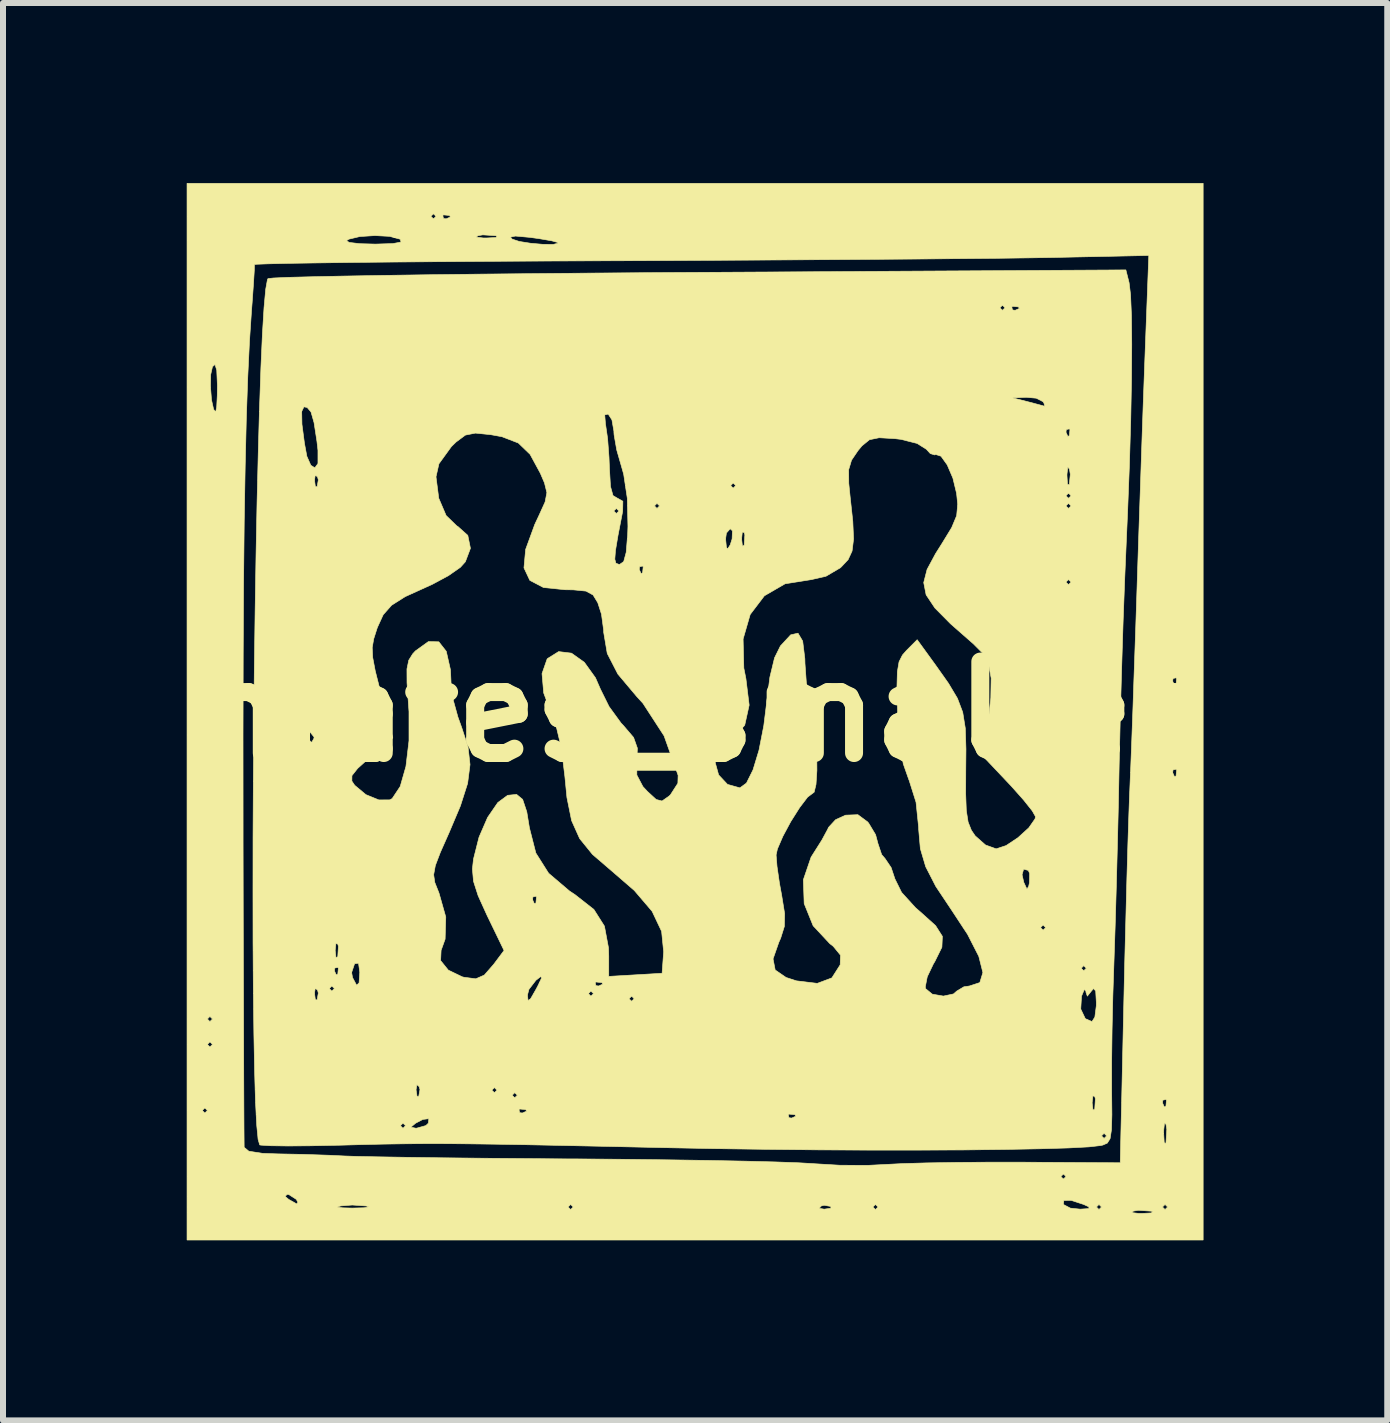
<source format=kicad_pcb>
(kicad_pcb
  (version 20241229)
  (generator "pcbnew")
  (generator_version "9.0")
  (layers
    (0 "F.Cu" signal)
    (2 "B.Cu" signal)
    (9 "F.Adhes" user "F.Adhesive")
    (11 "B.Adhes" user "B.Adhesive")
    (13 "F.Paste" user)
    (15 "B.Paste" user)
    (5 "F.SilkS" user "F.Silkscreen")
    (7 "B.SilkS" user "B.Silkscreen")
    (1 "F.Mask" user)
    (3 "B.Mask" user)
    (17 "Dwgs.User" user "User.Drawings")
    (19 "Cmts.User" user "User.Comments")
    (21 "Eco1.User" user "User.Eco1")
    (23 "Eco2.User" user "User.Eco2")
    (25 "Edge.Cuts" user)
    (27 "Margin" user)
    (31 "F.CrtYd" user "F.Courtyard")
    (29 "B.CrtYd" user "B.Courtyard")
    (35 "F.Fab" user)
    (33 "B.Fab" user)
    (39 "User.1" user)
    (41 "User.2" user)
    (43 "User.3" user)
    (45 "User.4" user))
  (footprint "mates_smaller"
    (layer "F.Cu")
    (at 8.534 8.81)
    (property "Reference" "mates_smaller" (at 0 0 0) (layer "F.SilkS") (effects (font (size 1.524 1.524) (thickness 0.3))))
    (attr through_hole)
    (fp_poly (pts (xy 8.467 8.805) (xy -8.467 8.805) (xy -8.467 8.348) (xy 7.276 8.348) (xy 7.393 8.362) (xy 7.451 8.362) (xy 7.605 8.354) (xy 7.623 8.332) (xy 7.599 8.324) (xy 7.384 8.31) (xy 7.303 8.324) (xy 7.276 8.348) (xy -8.467 8.348) (xy -8.467 8.256) (xy -5.963 8.256) (xy -5.872 8.269) (xy -5.715 8.273) (xy -5.514 8.268) (xy -5.452 8.255) (xy -2.117 8.255) (xy -2.074 8.297) (xy -2.054 8.277) (xy 2.069 8.277) (xy 2.152 8.291) (xy 2.262 8.275) (xy 2.263 8.255) (xy 2.963 8.255) (xy 3.006 8.297) (xy 3.048 8.255) (xy 3.006 8.213) (xy 6.138 8.213) (xy 6.254 8.274) (xy 6.418 8.291) (xy 6.567 8.281) (xy 6.56 8.255) (xy 6.689 8.255) (xy 6.731 8.297) (xy 6.773 8.255) (xy 7.789 8.255) (xy 7.832 8.297) (xy 7.874 8.255) (xy 7.832 8.213) (xy 7.789 8.255) (xy 6.773 8.255) (xy 6.731 8.213) (xy 6.689 8.255) (xy 6.56 8.255) (xy 6.559 8.251) (xy 6.477 8.213) (xy 6.269 8.145) (xy 6.145 8.146) (xy 6.138 8.213) (xy 3.006 8.213) (xy 2.963 8.255) (xy 2.263 8.255) (xy 2.263 8.246) (xy 2.15 8.226) (xy 2.101 8.239) (xy 2.069 8.277) (xy -2.054 8.277) (xy -2.032 8.255) (xy -2.074 8.213) (xy -2.117 8.255) (xy -5.452 8.255) (xy -5.441 8.253) (xy -5.481 8.238) (xy -5.713 8.222) (xy -5.904 8.237) (xy -5.963 8.256) (xy -8.467 8.256) (xy -8.467 8.078) (xy -6.833 8.078) (xy -6.773 8.128) (xy -6.638 8.204) (xy -6.62 8.175) (xy -6.646 8.128) (xy -6.77 8.048) (xy -6.799 8.045) (xy -6.833 8.078) (xy -8.467 8.078) (xy -8.467 7.747) (xy 6.096 7.747) (xy 6.138 7.789) (xy 6.181 7.747) (xy 6.138 7.705) (xy 6.096 7.747) (xy -8.467 7.747) (xy -8.467 6.646) (xy -8.213 6.646) (xy -8.17 6.689) (xy -8.128 6.646) (xy -8.17 6.604) (xy -8.213 6.646) (xy -8.467 6.646) (xy -8.467 5.546) (xy -8.128 5.546) (xy -8.086 5.588) (xy -8.043 5.546) (xy -8.086 5.503) (xy -8.128 5.546) (xy -8.467 5.546) (xy -8.467 5.122) (xy -8.128 5.122) (xy -8.086 5.165) (xy -8.043 5.122) (xy -8.086 5.08) (xy -8.128 5.122) (xy -8.467 5.122) (xy -8.467 0.389) (xy -7.534 0.389) (xy -7.533 1.876) (xy -7.533 2.159) (xy -7.531 3.065) (xy -7.529 3.922) (xy -7.526 4.714) (xy -7.524 5.426) (xy -7.522 6.044) (xy -7.52 6.551) (xy -7.518 6.933) (xy -7.516 7.175) (xy -7.515 7.26) (xy -7.438 7.325) (xy -7.211 7.361) (xy -6.95 7.37) (xy -6.539 7.378) (xy -6.089 7.393) (xy -5.842 7.405) (xy -5.634 7.412) (xy -5.28 7.419) (xy -4.8 7.427) (xy -4.218 7.435) (xy -3.555 7.442) (xy -2.833 7.448) (xy -2.076 7.454) (xy -1.947 7.454) (xy -1.184 7.46) (xy -0.451 7.469) (xy 0.228 7.479) (xy 0.833 7.491) (xy 1.339 7.504) (xy 1.724 7.518) (xy 1.966 7.532) (xy 1.99 7.534) (xy 2.412 7.559) (xy 2.878 7.561) (xy 3.175 7.546) (xy 3.451 7.532) (xy 3.858 7.52) (xy 4.354 7.512) (xy 4.903 7.508) (xy 5.427 7.508) (xy 7.085 7.518) (xy 7.096 7.027) (xy 7.809 7.027) (xy 7.818 7.181) (xy 7.84 7.2) (xy 7.848 7.176) (xy 7.861 6.961) (xy 7.848 6.879) (xy 7.823 6.853) (xy 7.81 6.97) (xy 7.809 7.027) (xy 7.096 7.027) (xy 7.108 6.519) (xy 7.789 6.519) (xy 7.82 6.589) (xy 7.846 6.576) (xy 7.856 6.475) (xy 7.846 6.463) (xy 7.795 6.475) (xy 7.789 6.519) (xy 7.108 6.519) (xy 7.144 4.881) (xy 7.16 4.175) (xy 7.178 3.476) (xy 7.195 2.815) (xy 7.212 2.224) (xy 7.228 1.732) (xy 7.241 1.372) (xy 7.244 1.312) (xy 7.256 1.016) (xy 7.959 1.016) (xy 7.99 1.086) (xy 8.015 1.072) (xy 8.025 0.972) (xy 8.015 0.96) (xy 7.965 0.971) (xy 7.959 1.016) (xy 7.256 1.016) (xy 7.258 0.981) (xy 7.276 0.513) (xy 7.297 -0.06) (xy 7.312 -0.508) (xy 7.959 -0.508) (xy 7.99 -0.438) (xy 8.015 -0.452) (xy 8.025 -0.552) (xy 8.015 -0.564) (xy 7.965 -0.553) (xy 7.959 -0.508) (xy 7.312 -0.508) (xy 7.319 -0.707) (xy 7.343 -1.394) (xy 7.366 -2.09) (xy 7.368 -2.159) (xy 7.392 -2.891) (xy 7.418 -3.651) (xy 7.443 -4.399) (xy 7.467 -5.095) (xy 7.489 -5.699) (xy 7.506 -6.151) (xy 7.561 -7.603) (xy 5.961 -7.569) (xy 5.597 -7.563) (xy 5.084 -7.556) (xy 4.439 -7.55) (xy 3.682 -7.543) (xy 2.831 -7.537) (xy 1.907 -7.531) (xy 0.928 -7.525) (xy -0.087 -7.52) (xy -1.119 -7.515) (xy -1.496 -7.514) (xy -2.474 -7.51) (xy -3.402 -7.505) (xy -4.264 -7.499) (xy -5.047 -7.493) (xy -5.738 -7.486) (xy -6.324 -7.478) (xy -6.789 -7.471) (xy -7.122 -7.463) (xy -7.308 -7.456) (xy -7.344 -7.451) (xy -7.346 -7.353) (xy -7.36 -7.127) (xy -7.382 -6.817) (xy -7.392 -6.689) (xy -7.426 -6.178) (xy -7.455 -5.58) (xy -7.479 -4.886) (xy -7.498 -4.085) (xy -7.514 -3.167) (xy -7.525 -2.122) (xy -7.531 -0.94) (xy -7.534 0.389) (xy -8.467 0.389) (xy -8.467 -5.409) (xy -8.076 -5.409) (xy -8.059 -5.195) (xy -8.024 -5.038) (xy -7.99 -4.995) (xy -7.973 -5.072) (xy -7.963 -5.268) (xy -7.961 -5.44) (xy -7.972 -5.691) (xy -8.001 -5.785) (xy -8.043 -5.749) (xy -8.073 -5.616) (xy -8.076 -5.409) (xy -8.467 -5.409) (xy -8.467 -7.85) (xy -5.809 -7.85) (xy -5.765 -7.82) (xy -5.589 -7.799) (xy -5.327 -7.792) (xy -5.036 -7.801) (xy -4.901 -7.826) (xy -4.913 -7.869) (xy -4.923 -7.876) (xy -5.043 -7.908) (xy -3.646 -7.908) (xy -3.529 -7.894) (xy -3.471 -7.894) (xy -3.317 -7.902) (xy -3.313 -7.908) (xy -3.079 -7.908) (xy -3.048 -7.875) (xy -2.93 -7.836) (xy -2.741 -7.806) (xy -2.534 -7.788) (xy -2.364 -7.787) (xy -2.287 -7.806) (xy -2.293 -7.82) (xy -2.39 -7.847) (xy -2.6 -7.883) (xy -2.752 -7.904) (xy -2.995 -7.926) (xy -3.079 -7.908) (xy -3.313 -7.908) (xy -3.299 -7.924) (xy -3.323 -7.932) (xy -3.538 -7.946) (xy -3.619 -7.932) (xy -3.646 -7.908) (xy -5.043 -7.908) (xy -5.091 -7.921) (xy -5.336 -7.934) (xy -5.587 -7.918) (xy -5.771 -7.874) (xy -5.809 -7.85) (xy -8.467 -7.85) (xy -8.467 -8.255) (xy -4.403 -8.255) (xy -4.36 -8.213) (xy -4.318 -8.255) (xy -4.332 -8.269) (xy -4.205 -8.269) (xy -4.193 -8.219) (xy -4.149 -8.213) (xy -4.079 -8.244) (xy -4.092 -8.269) (xy -4.193 -8.279) (xy -4.205 -8.269) (xy -4.332 -8.269) (xy -4.36 -8.297) (xy -4.403 -8.255) (xy -8.467 -8.255) (xy -8.467 -8.805) (xy 8.467 -8.805) (xy 8.467 8.805)) (stroke (width 0.01) (type solid)) (fill yes) (layer "F.SilkS"))
    (fp_poly (pts (xy 7.233 -7.148) (xy 7.257 -6.95) (xy 7.272 -6.603) (xy 7.277 -6.125) (xy 7.273 -5.538) (xy 7.26 -4.86) (xy 7.238 -4.111) (xy 7.207 -3.311) (xy 7.188 -2.879) (xy 7.161 -2.245) (xy 7.133 -1.501) (xy 7.108 -0.705) (xy 7.086 0.084) (xy 7.069 0.807) (xy 7.067 0.889) (xy 7.054 1.555) (xy 7.037 2.254) (xy 7.019 2.938) (xy 7.001 3.56) (xy 6.984 4.072) (xy 6.98 4.191) (xy 6.962 4.731) (xy 6.949 5.3) (xy 6.942 5.835) (xy 6.942 6.273) (xy 6.942 6.326) (xy 6.946 6.716) (xy 6.939 6.968) (xy 6.916 7.116) (xy 6.87 7.19) (xy 6.795 7.223) (xy 6.758 7.231) (xy 6.565 7.253) (xy 6.222 7.271) (xy 5.747 7.285) (xy 5.159 7.296) (xy 4.477 7.304) (xy 3.72 7.307) (xy 2.907 7.307) (xy 2.056 7.303) (xy 1.186 7.294) (xy 0.316 7.282) (xy -0.508 7.266) (xy -1.42 7.246) (xy -2.184 7.23) (xy -2.821 7.217) (xy -3.354 7.208) (xy -3.803 7.202) (xy -4.19 7.199) (xy -4.537 7.199) (xy -4.864 7.202) (xy -5.194 7.207) (xy -5.547 7.215) (xy -5.946 7.226) (xy -5.969 7.226) (xy -6.406 7.235) (xy -6.785 7.238) (xy -7.073 7.234) (xy -7.236 7.224) (xy -7.256 7.22) (xy -7.283 7.127) (xy -7.288 7.07) (xy 6.773 7.07) (xy 6.816 7.112) (xy 6.858 7.07) (xy 6.816 7.027) (xy 6.773 7.07) (xy -7.288 7.07) (xy -7.305 6.9) (xy -4.911 6.9) (xy -4.868 6.943) (xy -4.849 6.924) (xy -4.736 6.924) (xy -4.66 6.941) (xy -4.64 6.941) (xy -4.487 6.898) (xy -4.445 6.858) (xy -4.438 6.783) (xy -4.539 6.796) (xy -4.657 6.858) (xy -4.736 6.924) (xy -4.849 6.924) (xy -4.826 6.9) (xy -4.868 6.858) (xy -4.911 6.9) (xy -7.305 6.9) (xy -7.306 6.879) (xy -7.315 6.717) (xy 1.552 6.717) (xy 1.564 6.767) (xy 1.609 6.773) (xy 1.678 6.742) (xy 1.665 6.717) (xy 1.565 6.707) (xy 1.552 6.717) (xy -7.315 6.717) (xy -7.319 6.632) (xy -2.935 6.632) (xy -2.923 6.683) (xy -2.879 6.689) (xy -2.809 6.658) (xy -2.822 6.632) (xy -2.923 6.622) (xy -2.935 6.632) (xy -7.319 6.632) (xy -7.325 6.519) (xy 6.617 6.519) (xy 6.631 6.64) (xy 6.66 6.625) (xy 6.671 6.452) (xy 6.66 6.413) (xy 6.629 6.403) (xy 6.617 6.519) (xy -7.325 6.519) (xy -7.326 6.493) (xy -7.332 6.301) (xy -4.65 6.301) (xy -4.634 6.41) (xy -4.606 6.412) (xy -4.602 6.392) (xy -3.048 6.392) (xy -3.006 6.435) (xy -2.963 6.392) (xy -3.006 6.35) (xy -3.048 6.392) (xy -4.602 6.392) (xy -4.587 6.308) (xy -3.387 6.308) (xy -3.344 6.35) (xy -3.302 6.308) (xy -3.344 6.265) (xy -3.387 6.308) (xy -4.587 6.308) (xy -4.585 6.298) (xy -4.599 6.249) (xy -4.636 6.217) (xy -4.65 6.301) (xy -7.332 6.301) (xy -7.341 5.982) (xy -7.353 5.363) (xy -7.358 4.956) (xy 6.427 4.956) (xy 6.503 5.116) (xy 6.614 5.165) (xy 6.662 5.09) (xy 6.686 4.904) (xy 6.687 4.847) (xy 6.676 4.655) (xy 6.64 4.615) (xy 6.604 4.657) (xy 6.537 4.741) (xy 6.514 4.677) (xy 6.512 4.657) (xy 6.487 4.629) (xy 6.44 4.741) (xy 6.427 4.956) (xy -7.358 4.956) (xy -7.361 4.692) (xy -6.343 4.692) (xy -6.328 4.802) (xy -6.299 4.803) (xy -6.285 4.723) (xy -2.794 4.723) (xy -2.784 4.814) (xy -2.742 4.786) (xy -2.741 4.784) (xy -1.101 4.784) (xy -1.058 4.826) (xy -1.016 4.784) (xy -1.058 4.741) (xy -1.101 4.784) (xy -2.741 4.784) (xy -2.692 4.699) (xy -1.778 4.699) (xy -1.736 4.741) (xy -1.693 4.699) (xy -1.736 4.657) (xy -1.778 4.699) (xy -2.692 4.699) (xy -2.649 4.623) (xy -2.622 4.572) (xy -2.595 4.516) (xy -1.665 4.516) (xy -1.653 4.566) (xy -1.609 4.572) (xy -1.539 4.541) (xy -1.552 4.516) (xy -1.653 4.505) (xy -1.665 4.516) (xy -2.595 4.516) (xy -2.555 4.431) (xy -2.576 4.417) (xy -2.653 4.477) (xy -2.769 4.628) (xy -2.794 4.723) (xy -6.285 4.723) (xy -6.279 4.69) (xy -6.292 4.641) (xy -6.323 4.614) (xy -6.096 4.614) (xy -6.054 4.657) (xy -6.011 4.614) (xy -6.054 4.572) (xy -6.096 4.614) (xy -6.323 4.614) (xy -6.33 4.609) (xy -6.343 4.692) (xy -7.361 4.692) (xy -7.362 4.65) (xy -7.364 4.318) (xy -6.011 4.318) (xy -5.98 4.388) (xy -5.955 4.374) (xy -5.952 4.347) (xy -5.724 4.347) (xy -5.709 4.431) (xy -5.641 4.559) (xy -5.6 4.52) (xy -5.588 4.343) (xy -5.609 4.192) (xy -5.673 4.2) (xy -5.675 4.202) (xy -5.724 4.347) (xy -5.952 4.347) (xy -5.945 4.274) (xy -5.955 4.262) (xy -6.005 4.273) (xy -6.011 4.318) (xy -7.364 4.318) (xy -7.366 3.979) (xy -5.998 3.979) (xy -5.985 4.1) (xy -5.955 4.085) (xy -5.944 3.912) (xy -5.955 3.873) (xy -5.986 3.863) (xy -5.998 3.979) (xy -7.366 3.979) (xy -7.367 3.858) (xy -7.368 3.002) (xy -7.367 2.098) (xy -7.362 1.161) (xy -7.362 1.157) (xy -5.72 1.157) (xy -5.673 1.227) (xy -5.486 1.383) (xy -5.27 1.471) (xy -5.088 1.47) (xy -5.048 1.448) (xy -4.914 1.246) (xy -4.819 0.913) (xy -4.768 0.485) (xy -4.768 -0.002) (xy -4.777 -0.129) (xy -4.801 -0.483) (xy -4.802 -0.712) (xy -4.772 -0.857) (xy -4.707 -0.962) (xy -4.661 -1.012) (xy -4.444 -1.168) (xy -4.271 -1.164) (xy -4.147 -1.006) (xy -4.077 -0.698) (xy -4.064 -0.416) (xy -4.033 -0.201) (xy -3.953 0.089) (xy -3.887 0.272) (xy -3.784 0.588) (xy -3.751 0.882) (xy -3.791 1.195) (xy -3.911 1.57) (xy -4.1 2.017) (xy -4.246 2.346) (xy -4.329 2.564) (xy -4.357 2.717) (xy -4.338 2.847) (xy -4.277 3) (xy -4.268 3.023) (xy -4.155 3.422) (xy -4.166 3.791) (xy -4.233 3.978) (xy -4.241 4.148) (xy -4.113 4.307) (xy -3.88 4.419) (xy -3.852 4.426) (xy -3.655 4.452) (xy -3.513 4.39) (xy -3.357 4.211) (xy -3.354 4.207) (xy -3.184 3.98) (xy -3.467 3.395) (xy -3.586 3.133) (xy -2.709 3.133) (xy -2.678 3.202) (xy -2.653 3.189) (xy -2.643 3.089) (xy -2.653 3.076) (xy -2.703 3.088) (xy -2.709 3.133) (xy -3.586 3.133) (xy -3.616 3.066) (xy -3.693 2.827) (xy -3.711 2.621) (xy -3.693 2.456) (xy -3.601 2.092) (xy -3.458 1.763) (xy -3.288 1.515) (xy -3.124 1.394) (xy -2.975 1.379) (xy -2.874 1.462) (xy -2.805 1.669) (xy -2.761 1.937) (xy -2.654 2.356) (xy -2.441 2.693) (xy -2.093 2.989) (xy -2.002 3.049) (xy -1.687 3.296) (xy -1.511 3.574) (xy -1.443 3.937) (xy -1.439 4.074) (xy -1.439 4.412) (xy -0.995 4.386) (xy -0.55 4.36) (xy -0.524 4.003) (xy -0.558 3.662) (xy -0.716 3.328) (xy -1.013 2.98) (xy -1.39 2.654) (xy -1.71 2.379) (xy -1.924 2.115) (xy -2.058 1.816) (xy -2.136 1.431) (xy -2.17 1.083) (xy -2.228 0.608) (xy -2.32 0.222) (xy -2.387 0.055) (xy -2.523 -0.311) (xy -2.551 -0.634) (xy -2.467 -0.875) (xy -2.458 -0.886) (xy -2.274 -1.001) (xy -2.06 -0.975) (xy -1.846 -0.823) (xy -1.66 -0.564) (xy -1.578 -0.376) (xy -1.434 -0.085) (xy -1.233 0.191) (xy -1.194 0.232) (xy -1.025 0.43) (xy -0.962 0.608) (xy -0.97 0.805) (xy -0.971 1.056) (xy -0.87 1.248) (xy -0.796 1.328) (xy -0.648 1.464) (xy -0.551 1.489) (xy -0.439 1.411) (xy -0.412 1.387) (xy -0.287 1.193) (xy -0.283 1.061) (xy -0.359 0.847) (xy 0.335 0.847) (xy 0.392 1.054) (xy 0.54 1.212) (xy 0.747 1.27) (xy 0.856 1.19) (xy 0.965 0.971) (xy 1.065 0.642) (xy 1.145 0.233) (xy 1.187 -0.107) (xy 1.246 -0.574) (xy 1.324 -0.897) (xy 1.422 -1.095) (xy 1.593 -1.28) (xy 1.715 -1.308) (xy 1.793 -1.176) (xy 1.829 -0.883) (xy 1.831 -0.804) (xy 1.854 -0.483) (xy 1.899 -0.196) (xy 1.937 -0.058) (xy 1.981 0.124) (xy 2.012 0.389) (xy 2.028 0.69) (xy 2.03 0.98) (xy 2.015 1.213) (xy 1.984 1.342) (xy 1.967 1.355) (xy 1.875 1.424) (xy 1.742 1.599) (xy 1.594 1.833) (xy 1.462 2.079) (xy 1.372 2.288) (xy 1.35 2.388) (xy 1.365 2.578) (xy 1.406 2.86) (xy 1.443 3.062) (xy 1.492 3.365) (xy 1.488 3.578) (xy 1.426 3.775) (xy 1.395 3.845) (xy 1.299 4.12) (xy 1.335 4.305) (xy 1.517 4.43) (xy 1.689 4.486) (xy 2.036 4.528) (xy 2.279 4.437) (xy 2.418 4.219) (xy 2.423 4.058) (xy 2.303 3.911) (xy 2.244 3.865) (xy 1.967 3.568) (xy 1.818 3.199) (xy 1.804 2.802) (xy 1.933 2.424) (xy 1.973 2.361) (xy 2.112 2.141) (xy 2.211 1.958) (xy 2.223 1.929) (xy 2.341 1.801) (xy 2.508 1.725) (xy 2.713 1.717) (xy 2.875 1.837) (xy 2.893 1.859) (xy 3.008 2.05) (xy 3.048 2.2) (xy 3.109 2.382) (xy 3.165 2.447) (xy 3.267 2.598) (xy 3.33 2.787) (xy 3.441 3.012) (xy 3.674 3.268) (xy 3.764 3.346) (xy 4.008 3.566) (xy 4.121 3.744) (xy 4.113 3.926) (xy 3.997 4.161) (xy 3.971 4.204) (xy 3.869 4.418) (xy 3.836 4.588) (xy 3.841 4.616) (xy 3.953 4.708) (xy 4.138 4.74) (xy 4.307 4.704) (xy 4.36 4.657) (xy 4.48 4.585) (xy 4.571 4.572) (xy 4.745 4.515) (xy 4.796 4.348) (xy 4.778 4.276) (xy 6.435 4.276) (xy 6.477 4.318) (xy 6.519 4.276) (xy 6.477 4.233) (xy 6.435 4.276) (xy 4.778 4.276) (xy 4.728 4.078) (xy 4.54 3.71) (xy 4.466 3.598) (xy 5.757 3.598) (xy 5.8 3.641) (xy 5.842 3.598) (xy 5.8 3.556) (xy 5.757 3.598) (xy 4.466 3.598) (xy 4.279 3.313) (xy 4.011 2.911) (xy 3.912 2.718) (xy 5.449 2.718) (xy 5.478 2.845) (xy 5.53 2.957) (xy 5.559 2.912) (xy 5.572 2.851) (xy 5.575 2.696) (xy 5.553 2.646) (xy 5.475 2.624) (xy 5.449 2.718) (xy 3.912 2.718) (xy 3.843 2.584) (xy 3.754 2.283) (xy 3.726 1.962) (xy 3.725 1.925) (xy 3.682 1.509) (xy 3.567 1.144) (xy 3.563 1.136) (xy 3.469 0.869) (xy 3.409 0.513) (xy 3.376 0.028) (xy 3.374 -0.021) (xy 3.364 -0.409) (xy 3.371 -0.666) (xy 3.399 -0.831) (xy 3.456 -0.944) (xy 3.524 -1.021) (xy 3.701 -1.199) (xy 3.998 -0.79) (xy 4.223 -0.472) (xy 4.372 -0.222) (xy 4.46 0.01) (xy 4.503 0.276) (xy 4.514 0.624) (xy 4.511 0.948) (xy 4.509 1.364) (xy 4.52 1.649) (xy 4.55 1.84) (xy 4.604 1.976) (xy 4.668 2.07) (xy 4.84 2.222) (xy 5.017 2.286) (xy 5.018 2.286) (xy 5.182 2.232) (xy 5.381 2.1) (xy 5.561 1.936) (xy 5.665 1.787) (xy 5.673 1.749) (xy 5.618 1.652) (xy 5.474 1.471) (xy 5.271 1.243) (xy 5.241 1.211) (xy 4.81 0.755) (xy 4.878 0.23) (xy 4.928 -0.229) (xy 4.934 -0.559) (xy 4.89 -0.797) (xy 4.788 -0.979) (xy 4.64 -1.128) (xy 4.256 -1.465) (xy 3.996 -1.728) (xy 3.85 -1.947) (xy 3.81 -2.151) (xy 3.812 -2.159) (xy 6.181 -2.159) (xy 6.223 -2.117) (xy 6.265 -2.159) (xy 6.223 -2.201) (xy 6.181 -2.159) (xy 3.812 -2.159) (xy 3.866 -2.37) (xy 4.008 -2.634) (xy 4.111 -2.797) (xy 4.276 -3.067) (xy 4.359 -3.266) (xy 4.374 -3.429) (xy 6.181 -3.429) (xy 6.223 -3.387) (xy 6.265 -3.429) (xy 6.223 -3.471) (xy 6.181 -3.429) (xy 4.374 -3.429) (xy 4.376 -3.456) (xy 4.362 -3.598) (xy 6.181 -3.598) (xy 6.223 -3.556) (xy 6.265 -3.598) (xy 6.223 -3.641) (xy 6.181 -3.598) (xy 4.362 -3.598) (xy 4.357 -3.641) (xy 4.296 -3.893) (xy 4.277 -3.937) (xy 6.197 -3.937) (xy 6.206 -3.792) (xy 6.233 -3.78) (xy 6.236 -3.787) (xy 6.253 -3.955) (xy 6.239 -4.041) (xy 6.212 -4.076) (xy 6.198 -3.963) (xy 6.197 -3.937) (xy 4.277 -3.937) (xy 4.202 -4.112) (xy 4.098 -4.257) (xy 4.007 -4.287) (xy 3.995 -4.278) (xy 3.92 -4.301) (xy 3.854 -4.373) (xy 3.7 -4.47) (xy 3.43 -4.538) (xy 3.33 -4.55) (xy 3.067 -4.565) (xy 2.906 -4.532) (xy 2.78 -4.429) (xy 2.714 -4.349) (xy 2.607 -4.191) (xy 2.559 -4.031) (xy 2.561 -3.806) (xy 2.582 -3.598) (xy 2.628 -3.172) (xy 2.641 -2.877) (xy 2.616 -2.676) (xy 2.55 -2.533) (xy 2.436 -2.412) (xy 2.42 -2.397) (xy 2.182 -2.257) (xy 1.94 -2.201) (xy 1.5 -2.131) (xy 1.155 -1.931) (xy 0.918 -1.619) (xy 0.8 -1.211) (xy 0.812 -0.726) (xy 0.847 -0.549) (xy 0.901 -0.109) (xy 0.827 0.226) (xy 0.626 0.451) (xy 0.545 0.495) (xy 0.381 0.644) (xy 0.335 0.847) (xy -0.359 0.847) (xy -0.517 0.403) (xy -0.869 -0.139) (xy -0.974 -0.254) (xy -1.287 -0.626) (xy -1.464 -0.97) (xy -1.524 -1.326) (xy -1.524 -1.356) (xy -1.56 -1.624) (xy -1.622 -1.816) (xy -1.7 -1.944) (xy -1.818 -2.009) (xy -2.029 -2.03) (xy -2.167 -2.032) (xy -2.527 -2.069) (xy -2.754 -2.188) (xy -2.84 -2.371) (xy -0.931 -2.371) (xy -0.9 -2.301) (xy -0.875 -2.314) (xy -0.865 -2.415) (xy -0.875 -2.427) (xy -0.925 -2.415) (xy -0.931 -2.371) (xy -2.84 -2.371) (xy -2.852 -2.396) (xy -2.824 -2.704) (xy -2.672 -3.12) (xy -2.604 -3.265) (xy -2.568 -3.344) (xy -1.355 -3.344) (xy -1.312 -3.302) (xy -1.27 -3.344) (xy -1.312 -3.387) (xy -1.355 -3.344) (xy -2.568 -3.344) (xy -2.5 -3.494) (xy -2.47 -3.65) (xy -2.51 -3.812) (xy -2.579 -3.973) (xy -2.75 -4.288) (xy -2.946 -4.477) (xy -3.218 -4.582) (xy -3.405 -4.616) (xy -3.661 -4.642) (xy -3.828 -4.609) (xy -3.984 -4.493) (xy -4.061 -4.418) (xy -4.269 -4.131) (xy -4.318 -3.914) (xy -4.272 -3.556) (xy -4.149 -3.268) (xy -3.969 -3.094) (xy -3.957 -3.089) (xy -3.788 -2.938) (xy -3.744 -2.722) (xy -3.829 -2.497) (xy -3.912 -2.405) (xy -4.111 -2.266) (xy -4.381 -2.121) (xy -4.487 -2.073) (xy -4.833 -1.916) (xy -5.057 -1.774) (xy -5.198 -1.615) (xy -5.295 -1.403) (xy -5.303 -1.379) (xy -5.356 -1.213) (xy -5.381 -1.068) (xy -5.373 -0.903) (xy -5.33 -0.677) (xy -5.247 -0.349) (xy -5.192 -0.141) (xy -5.038 0.437) (xy -5.416 0.759) (xy -5.624 0.946) (xy -5.719 1.066) (xy -5.72 1.157) (xy -7.362 1.157) (xy -7.356 0.391) (xy -6.49 0.391) (xy -6.477 0.423) (xy -6.401 0.504) (xy -6.387 0.508) (xy -6.351 0.442) (xy -6.35 0.423) (xy -6.415 0.342) (xy -6.44 0.339) (xy -6.49 0.391) (xy -7.356 0.391) (xy -7.355 0.205) (xy -7.345 -0.754) (xy -7.332 -1.701) (xy -7.317 -2.621) (xy -7.3 -3.499) (xy -7.291 -3.859) (xy -6.343 -3.859) (xy -6.328 -3.75) (xy -6.299 -3.748) (xy -6.279 -3.862) (xy -6.292 -3.911) (xy -6.33 -3.943) (xy -6.343 -3.859) (xy -7.291 -3.859) (xy -7.28 -4.32) (xy -7.261 -5.003) (xy -6.556 -5.003) (xy -6.552 -4.79) (xy -6.51 -4.471) (xy -6.47 -4.255) (xy -6.404 -4.106) (xy -6.337 -4.064) (xy -6.285 -4.135) (xy -6.285 -4.354) (xy -6.302 -4.504) (xy -6.35 -4.816) (xy -6.387 -4.946) (xy -1.506 -4.946) (xy -1.493 -4.786) (xy -1.49 -4.773) (xy -1.458 -4.55) (xy -1.435 -4.241) (xy -1.427 -4.043) (xy -1.41 -3.753) (xy -1.368 -3.601) (xy -1.292 -3.556) (xy -1.291 -3.556) (xy -1.204 -3.507) (xy -1.207 -3.341) (xy -1.21 -3.323) (xy -1.285 -2.936) (xy -1.327 -2.685) (xy -1.338 -2.541) (xy -1.32 -2.474) (xy -1.273 -2.456) (xy -1.256 -2.455) (xy -1.19 -2.501) (xy -1.148 -2.656) (xy -1.13 -2.879) (xy 0.508 -2.879) (xy 0.522 -2.741) (xy 0.54 -2.709) (xy 0.585 -2.779) (xy 0.617 -2.879) (xy 0.775 -2.879) (xy 0.789 -2.758) (xy 0.818 -2.773) (xy 0.829 -2.946) (xy 0.818 -2.985) (xy 0.787 -2.995) (xy 0.775 -2.879) (xy 0.617 -2.879) (xy 0.622 -3.014) (xy 0.585 -3.048) (xy 0.522 -2.977) (xy 0.508 -2.879) (xy -1.13 -2.879) (xy -1.124 -2.946) (xy -1.119 -3.088) (xy -1.127 -3.429) (xy -0.677 -3.429) (xy -0.635 -3.387) (xy -0.593 -3.429) (xy -0.635 -3.471) (xy -0.677 -3.429) (xy -1.127 -3.429) (xy -1.13 -3.558) (xy -1.162 -3.768) (xy 0.593 -3.768) (xy 0.635 -3.725) (xy 0.677 -3.768) (xy 0.635 -3.81) (xy 0.593 -3.768) (xy -1.162 -3.768) (xy -1.19 -3.956) (xy -1.226 -4.083) (xy -1.306 -4.361) (xy -1.35 -4.614) (xy -1.353 -4.657) (xy 6.181 -4.657) (xy 6.212 -4.587) (xy 6.237 -4.6) (xy 6.247 -4.701) (xy 6.237 -4.713) (xy 6.187 -4.701) (xy 6.181 -4.657) (xy -1.353 -4.657) (xy -1.353 -4.673) (xy -1.386 -4.863) (xy -1.448 -4.959) (xy -1.506 -4.946) (xy -6.387 -4.946) (xy -6.401 -4.994) (xy -6.465 -5.069) (xy -6.519 -5.08) (xy -6.556 -5.003) (xy -7.261 -5.003) (xy -7.259 -5.069) (xy -7.253 -5.229) (xy 5.292 -5.229) (xy 5.546 -5.165) (xy 5.731 -5.116) (xy 5.825 -5.09) (xy 5.826 -5.09) (xy 5.816 -5.135) (xy 5.8 -5.165) (xy 5.685 -5.224) (xy 5.52 -5.239) (xy 5.292 -5.229) (xy -7.253 -5.229) (xy -7.236 -5.73) (xy -7.211 -6.289) (xy -7.184 -6.73) (xy -7.184 -6.731) (xy 5.08 -6.731) (xy 5.122 -6.689) (xy 5.165 -6.731) (xy 5.151 -6.745) (xy 5.278 -6.745) (xy 5.289 -6.695) (xy 5.334 -6.689) (xy 5.404 -6.72) (xy 5.39 -6.745) (xy 5.29 -6.755) (xy 5.278 -6.745) (xy 5.151 -6.745) (xy 5.122 -6.773) (xy 5.08 -6.731) (xy -7.184 -6.731) (xy -7.156 -7.039) (xy -7.127 -7.2) (xy -7.118 -7.217) (xy -7.027 -7.227) (xy -6.779 -7.238) (xy -6.387 -7.248) (xy -5.862 -7.259) (xy -5.219 -7.27) (xy -4.468 -7.281) (xy -3.623 -7.291) (xy -2.696 -7.3) (xy -1.7 -7.309) (xy -0.647 -7.317) (xy 0.058 -7.321) (xy 7.179 -7.362) (xy 7.233 -7.148)) (stroke (width 0.01) (type solid)) (fill yes) (layer "F.SilkS")))
  (gr_rect
    (start -3 -3)
    (end 20.069 20.621)
    (stroke (width 0.1) (type default))
    (fill no)
    (layer "Edge.Cuts")))
</source>
